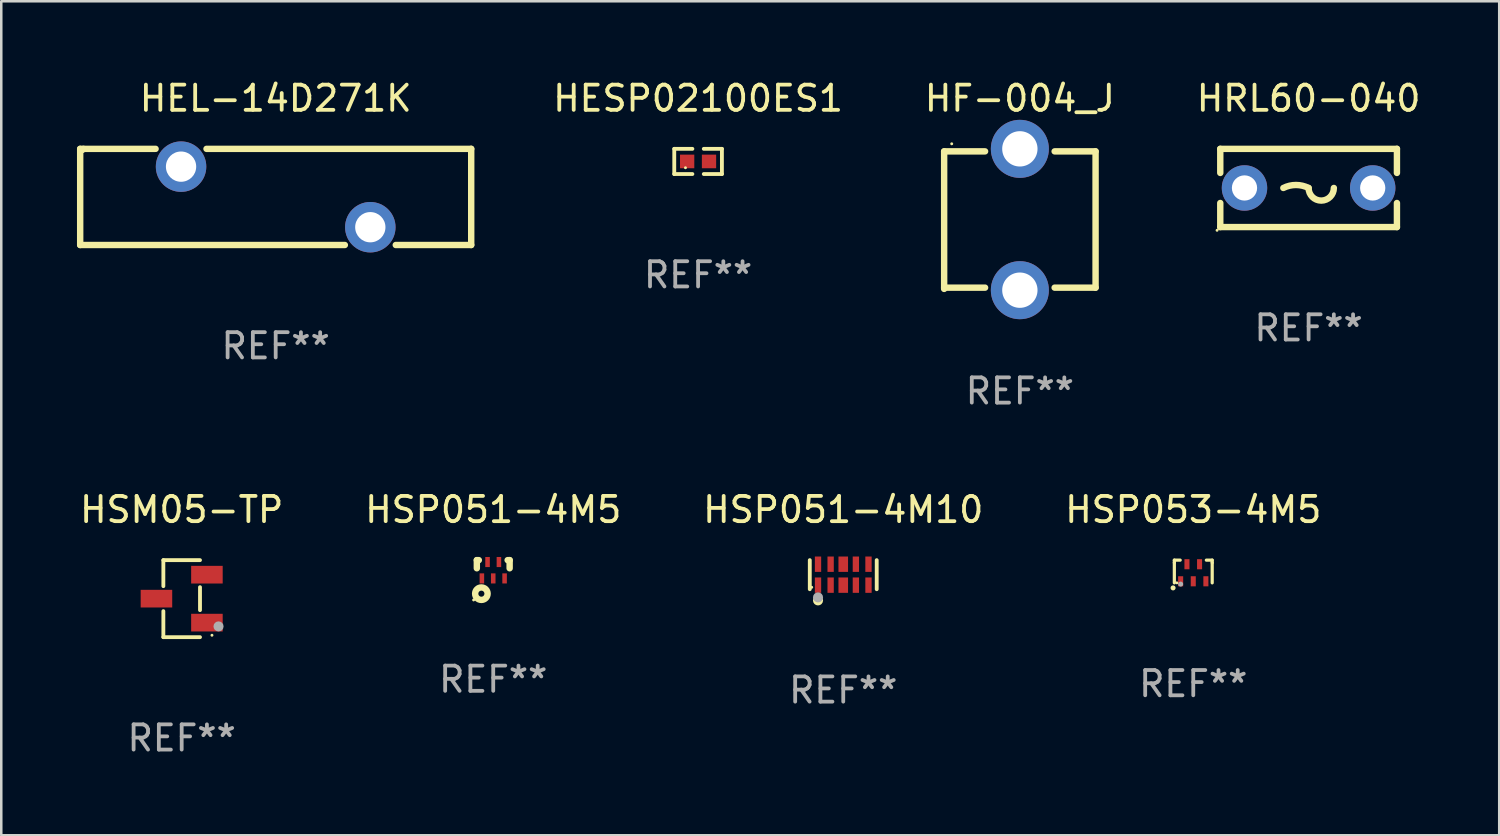
<source format=kicad_pcb>
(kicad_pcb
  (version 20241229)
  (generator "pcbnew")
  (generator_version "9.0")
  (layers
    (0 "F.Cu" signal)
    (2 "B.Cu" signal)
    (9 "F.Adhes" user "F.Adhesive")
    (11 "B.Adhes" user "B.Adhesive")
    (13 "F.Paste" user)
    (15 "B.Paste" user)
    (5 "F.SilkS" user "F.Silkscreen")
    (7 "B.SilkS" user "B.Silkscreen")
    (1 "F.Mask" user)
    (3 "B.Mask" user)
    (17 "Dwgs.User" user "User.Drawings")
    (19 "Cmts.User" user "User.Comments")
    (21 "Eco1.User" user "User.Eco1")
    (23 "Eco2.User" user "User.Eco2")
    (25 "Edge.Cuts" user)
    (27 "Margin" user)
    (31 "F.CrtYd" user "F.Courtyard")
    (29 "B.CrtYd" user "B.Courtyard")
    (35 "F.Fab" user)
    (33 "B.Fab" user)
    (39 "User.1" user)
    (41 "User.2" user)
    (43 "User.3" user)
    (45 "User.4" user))
  (footprint "HRL60-040"
    (layer "F.Cu")
    (at 48.802 4.398)
    (property "Reference" "HRL60-040" (at 0 -3.55 0) (layer "F.SilkS") (effects (font (size 1 1) (thickness 0.15))))
    (attr through_hole)
    (fp_line (start -3.5 -1.55) (end -3.5 -0.596) (stroke (width 0.254) (type solid)) (layer "F.SilkS"))
    (fp_line (start -3.5 -1.55) (end 3.5 -1.55) (stroke (width 0.254) (type solid)) (layer "F.SilkS"))
    (fp_line (start -3.5 0.596) (end -3.5 1.55) (stroke (width 0.254) (type solid)) (layer "F.SilkS"))
    (fp_line (start 3.5 -1.55) (end 3.5 -0.596) (stroke (width 0.254) (type solid)) (layer "F.SilkS"))
    (fp_line (start 3.5 0.596) (end 3.5 1.55) (stroke (width 0.254) (type solid)) (layer "F.SilkS"))
    (fp_line (start 3.5 1.55) (end -3.5 1.55) (stroke (width 0.254) (type solid)) (layer "F.SilkS"))
    (fp_arc (start -1.000762 0) (mid -0.500381 -0.118151) (end 0 0) (stroke (width 0.254001) (type solid)) (layer "F.SilkS"))
    (fp_arc (start 1.000762 0) (mid 0.500381 0.500127) (end 0 0) (stroke (width 0.254001) (type solid)) (layer "F.SilkS"))
    (fp_circle (center -3.627 1.677) (end -3.597 1.677) (stroke (width 0.06) (type solid)) (fill no) (layer "F.SilkS"))
    (fp_text user "REF**" (at 0 5.55 0) (layer "F.Fab") (effects (font (size 1 1) (thickness 0.15))))
    (pad "1" thru_hole circle (at -2.54 0) (size 1.8 1.8) (drill 1) (layers "*.Cu" "*.Mask"))
    (pad "2" thru_hole circle (at 2.54 0) (size 1.8 1.8) (drill 1) (layers "*.Cu" "*.Mask")))
  (footprint "HEL-14D271K"
    (layer "F.Cu")
    (at 7.874 4.753)
    (property "Reference" "HEL-14D271K" (at 0 -3.905 0) (layer "F.SilkS") (effects (font (size 1 1) (thickness 0.15))))
    (attr through_hole)
    (fp_line (start -7.747 -1.905) (end -7.62 -1.905) (stroke (width 0.254) (type solid)) (layer "F.SilkS"))
    (fp_line (start -7.747 1.905) (end -7.747 -1.905) (stroke (width 0.254) (type solid)) (layer "F.SilkS"))
    (fp_line (start -7.62 -1.905) (end -4.759 -1.905) (stroke (width 0.254) (type solid)) (layer "F.SilkS"))
    (fp_line (start -2.741 -1.905) (end 7.747 -1.905) (stroke (width 0.254) (type solid)) (layer "F.SilkS"))
    (fp_line (start 2.74 1.905) (end -7.747 1.905) (stroke (width 0.254) (type solid)) (layer "F.SilkS"))
    (fp_line (start 7.747 -1.905) (end 7.747 1.905) (stroke (width 0.254) (type solid)) (layer "F.SilkS"))
    (fp_line (start 7.747 1.905) (end 4.758 1.905) (stroke (width 0.254) (type solid)) (layer "F.SilkS"))
    (fp_circle (center -7.625 -1.8) (end -7.595 -1.8) (stroke (width 0.06) (type solid)) (fill no) (layer "F.SilkS"))
    (fp_text user "REF**" (at 0 5.905 0) (layer "F.Fab") (effects (font (size 1 1) (thickness 0.15))))
    (pad "1" thru_hole circle (at -3.75 -1.2) (size 2 2) (drill 1.2) (layers "*.Cu" "*.Mask"))
    (pad "2" thru_hole circle (at 3.749 1.2) (size 2 2) (drill 1.2) (layers "*.Cu" "*.Mask")))
  (footprint "HSP051-4M10"
    (layer "F.Cu")
    (at 30.363 19.721)
    (property "Reference" "HSP051-4M10" (at 0 -2.576 0) (layer "F.SilkS") (effects (font (size 1 1) (thickness 0.15))))
    (attr through_hole)
    (fp_line (start -1.326 0.576) (end -1.326 -0.576) (stroke (width 0.152) (type solid)) (layer "F.SilkS"))
    (fp_line (start 1.326 -0.576) (end 1.326 0.576) (stroke (width 0.152) (type solid)) (layer "F.SilkS"))
    (fp_circle (center -1.25 0.5) (end -1.22 0.5) (stroke (width 0.06) (type solid)) (fill no) (layer "F.SilkS"))
    (fp_circle (center -1 1.019) (end -0.9 1.019) (stroke (width 0.2) (type solid)) (fill no) (layer "F.SilkS"))
    (fp_circle (center -1 0.9) (end -0.9 0.9) (stroke (width 0.2) (type solid)) (fill no) (layer "F.Fab"))
    (fp_text user "REF**" (at 0 4.576 0) (layer "F.Fab") (effects (font (size 1 1) (thickness 0.15))))
    (pad "1" smd rect (at -1 0.415) (size 0.25 0.609) (layers "F.Cu" "F.Mask" "F.Paste"))
    (pad "2" smd rect (at -0.5 0.415) (size 0.25 0.609) (layers "F.Cu" "F.Mask" "F.Paste"))
    (pad "3" smd rect (at 0 0.415) (size 0.38 0.609) (layers "F.Cu" "F.Mask" "F.Paste"))
    (pad "4" smd rect (at 0.5 0.415) (size 0.25 0.609) (layers "F.Cu" "F.Mask" "F.Paste"))
    (pad "5" smd rect (at 1 0.415) (size 0.25 0.609) (layers "F.Cu" "F.Mask" "F.Paste"))
    (pad "6" smd rect (at 1 -0.415) (size 0.25 0.609) (layers "F.Cu" "F.Mask" "F.Paste"))
    (pad "7" smd rect (at 0.5 -0.415) (size 0.25 0.609) (layers "F.Cu" "F.Mask" "F.Paste"))
    (pad "8" smd rect (at 0 -0.415) (size 0.38 0.609) (layers "F.Cu" "F.Mask" "F.Paste"))
    (pad "9" smd rect (at -0.5 -0.415) (size 0.25 0.609) (layers "F.Cu" "F.Mask" "F.Paste"))
    (pad "10" smd rect (at -1 -0.415) (size 0.25 0.609) (layers "F.Cu" "F.Mask" "F.Paste")))
  (footprint "HSP053-4M5"
    (layer "F.Cu")
    (at 44.232 19.595)
    (property "Reference" "HSP053-4M5" (at 0 -2.45 0) (layer "F.SilkS") (effects (font (size 1 1) (thickness 0.15))))
    (attr through_hole)
    (fp_line (start -0.75 -0.45) (end -0.518 -0.45) (stroke (width 0.127) (type solid)) (layer "F.SilkS"))
    (fp_line (start -0.75 -0.35) (end -0.75 -0.45) (stroke (width 0.127) (type solid)) (layer "F.SilkS"))
    (fp_line (start -0.75 -0.35) (end -0.75 0.45) (stroke (width 0.127) (type solid)) (layer "F.SilkS"))
    (fp_line (start 0.518 -0.45) (end 0.75 -0.45) (stroke (width 0.127) (type solid)) (layer "F.SilkS"))
    (fp_line (start 0.75 -0.45) (end 0.75 -0.35) (stroke (width 0.127) (type solid)) (layer "F.SilkS"))
    (fp_line (start 0.75 -0.35) (end 0.75 0.45) (stroke (width 0.127) (type solid)) (layer "F.SilkS"))
    (fp_circle (center -0.8 0.65) (end -0.75 0.65) (stroke (width 0.1) (type solid)) (fill no) (layer "F.SilkS"))
    (fp_circle (center -0.65 0.45) (end -0.62 0.45) (stroke (width 0.06) (type solid)) (fill no) (layer "F.SilkS"))
    (fp_circle (center -0.5 0.5) (end -0.45 0.5) (stroke (width 0.1) (type solid)) (fill no) (layer "F.Fab"))
    (fp_text user "REF**" (at 0 4.45 0) (layer "F.Fab") (effects (font (size 1 1) (thickness 0.15))))
    (pad "1" smd rect (at -0.5 0.388 90) (size 0.4 0.2) (layers "F.Cu" "F.Mask" "F.Paste"))
    (pad "2" smd rect (at -0.00014 0.388 90) (size 0.4 0.2) (layers "F.Cu" "F.Mask" "F.Paste"))
    (pad "3" smd rect (at 0.5 0.388 90) (size 0.4 0.2) (layers "F.Cu" "F.Mask" "F.Paste"))
    (pad "4" smd rect (at 0.25 -0.288 90) (size 0.4 0.2) (layers "F.Cu" "F.Mask" "F.Paste"))
    (pad "5" smd rect (at -0.25 -0.288 90) (size 0.4 0.2) (layers "F.Cu" "F.Mask" "F.Paste")))
  (footprint "HSM05-TP"
    (layer "F.Cu")
    (at 4.149 20.671)
    (property "Reference" "HSM05-TP" (at 0 -3.526 0) (layer "F.SilkS") (effects (font (size 1 1) (thickness 0.15))))
    (attr through_hole)
    (fp_line (start -0.726 -1.526) (end -0.726 -0.495) (stroke (width 0.152) (type solid)) (layer "F.SilkS"))
    (fp_line (start -0.726 1.526) (end -0.726 0.495) (stroke (width 0.152) (type solid)) (layer "F.SilkS"))
    (fp_line (start 0.726 -1.526) (end -0.726 -1.526) (stroke (width 0.152) (type solid)) (layer "F.SilkS"))
    (fp_line (start 0.726 -0.455) (end 0.726 0.455) (stroke (width 0.152) (type solid)) (layer "F.SilkS"))
    (fp_line (start 0.726 1.526) (end -0.726 1.526) (stroke (width 0.152) (type solid)) (layer "F.SilkS"))
    (fp_circle (center 1.2 1.45) (end 1.23 1.45) (stroke (width 0.06) (type solid)) (fill no) (layer "F.SilkS"))
    (fp_circle (center 1.46 1.1) (end 1.56 1.1) (stroke (width 0.2) (type solid)) (fill no) (layer "F.Fab"))
    (fp_text user "REF**" (at 0 5.526 0) (layer "F.Fab") (effects (font (size 1 1) (thickness 0.15))))
    (pad "1" smd rect (at 1 0.95) (size 1.25 0.7) (layers "F.Cu" "F.Mask" "F.Paste"))
    (pad "2" smd rect (at 1 -0.95) (size 1.25 0.7) (layers "F.Cu" "F.Mask" "F.Paste"))
    (pad "3" smd rect (at -1 0) (size 1.25 0.7) (layers "F.Cu" "F.Mask" "F.Paste")))
  (footprint "HF-004_J"
    (layer "F.Cu")
    (at 37.361 5.648)
    (property "Reference" "HF-004_J" (at 0 -4.8 0) (layer "F.SilkS") (effects (font (size 1 1) (thickness 0.15))))
    (attr through_hole)
    (fp_line (start -3 -2.7) (end -1.378 -2.7) (stroke (width 0.254) (type solid)) (layer "F.SilkS"))
    (fp_line (start -3 2.75) (end -3 -2.7) (stroke (width 0.254) (type solid)) (layer "F.SilkS"))
    (fp_line (start -1.378 2.7) (end -3 2.7) (stroke (width 0.254) (type solid)) (layer "F.SilkS"))
    (fp_line (start 1.378 -2.7) (end 3 -2.7) (stroke (width 0.254) (type solid)) (layer "F.SilkS"))
    (fp_line (start 3 -2.7) (end 3 2.7) (stroke (width 0.254) (type solid)) (layer "F.SilkS"))
    (fp_line (start 3 2.7) (end 1.378 2.7) (stroke (width 0.254) (type solid)) (layer "F.SilkS"))
    (fp_circle (center -2.7 -3) (end -2.67 -3) (stroke (width 0.06) (type solid)) (fill no) (layer "F.SilkS"))
    (fp_text user "REF**" (at 0 6.8 0) (layer "F.Fab") (effects (font (size 1 1) (thickness 0.15))))
    (pad "1" thru_hole circle (at 0 -2.8) (size 2.3 2.3) (drill 1.4) (layers "*.Cu" "*.Mask"))
    (pad "2" thru_hole circle (at 0 2.8) (size 2.3 2.3) (drill 1.4) (layers "*.Cu" "*.Mask")))
  (footprint "HESP02100ES1"
    (layer "F.Cu")
    (at 24.611 3.347)
    (property "Reference" "HESP02100ES1" (at 0 -2.499 0) (layer "F.SilkS") (effects (font (size 1 1) (thickness 0.15))))
    (attr through_hole)
    (fp_line (start -0.944 -0.499) (end -0.226 -0.499) (stroke (width 0.152) (type solid)) (layer "F.SilkS"))
    (fp_line (start -0.944 0.499) (end -0.944 -0.499) (stroke (width 0.152) (type solid)) (layer "F.SilkS"))
    (fp_line (start -0.226 0.499) (end -0.944 0.499) (stroke (width 0.152) (type solid)) (layer "F.SilkS"))
    (fp_line (start 0.226 0.499) (end 0.944 0.499) (stroke (width 0.152) (type solid)) (layer "F.SilkS"))
    (fp_line (start 0.944 -0.499) (end 0.226 -0.499) (stroke (width 0.152) (type solid)) (layer "F.SilkS"))
    (fp_line (start 0.944 0.499) (end 0.944 -0.499) (stroke (width 0.152) (type solid)) (layer "F.SilkS"))
    (fp_circle (center -0.5 0.25) (end -0.47 0.25) (stroke (width 0.06) (type solid)) (fill no) (layer "F.SilkS"))
    (fp_text user "REF**" (at 0 4.499 0) (layer "F.Fab") (effects (font (size 1 1) (thickness 0.15))))
    (pad "1" smd rect (at -0.433 0) (size 0.566 0.54) (layers "F.Cu" "F.Mask" "F.Paste"))
    (pad "2" smd rect (at 0.433 0) (size 0.566 0.54) (layers "F.Cu" "F.Mask" "F.Paste")))
  (footprint "HSP051-4M5"
    (layer "F.Cu")
    (at 16.494 19.507)
    (property "Reference" "HSP051-4M5" (at 0 -2.362 0) (layer "F.SilkS") (effects (font (size 1 1) (thickness 0.15))))
    (attr through_hole)
    (fp_line (start -0.65 -0.362) (end -0.65 -0.04) (stroke (width 0.254) (type solid)) (layer "F.SilkS"))
    (fp_line (start -0.65 -0.362) (end -0.571 -0.362) (stroke (width 0.254) (type solid)) (layer "F.SilkS"))
    (fp_line (start 0.571 -0.362) (end 0.65 -0.362) (stroke (width 0.254) (type solid)) (layer "F.SilkS"))
    (fp_line (start 0.65 -0.362) (end 0.65 -0.04) (stroke (width 0.254) (type solid)) (layer "F.SilkS"))
    (fp_circle (center -0.777 1.215) (end -0.747 1.215) (stroke (width 0.06) (type solid)) (fill no) (layer "F.SilkS"))
    (fp_circle (center -0.47 0.967) (end -0.35 0.967) (stroke (width 0.254) (type solid)) (fill no) (layer "F.SilkS"))
    (fp_text user "REF**" (at 0 4.362 0) (layer "F.Fab") (effects (font (size 1 1) (thickness 0.15))))
    (pad "1" smd rect (at -0.45 0.362 90) (size 0.4 0.18) (layers "F.Cu" "F.Mask" "F.Paste"))
    (pad "2" smd rect (at 0 0.362 90) (size 0.4 0.18) (layers "F.Cu" "F.Mask" "F.Paste"))
    (pad "3" smd rect (at 0.45 0.362 90) (size 0.4 0.18) (layers "F.Cu" "F.Mask" "F.Paste"))
    (pad "4" smd rect (at 0.225 -0.287 90) (size 0.4 0.18) (layers "F.Cu" "F.Mask" "F.Paste"))
    (pad "5" smd rect (at -0.225 -0.287 90) (size 0.4 0.18) (layers "F.Cu" "F.Mask" "F.Paste")))
  (gr_rect
    (start -3 -3)
    (end 56.355 30.046)
    (stroke (width 0.1) (type default))
    (fill no)
    (layer "Edge.Cuts")))
</source>
